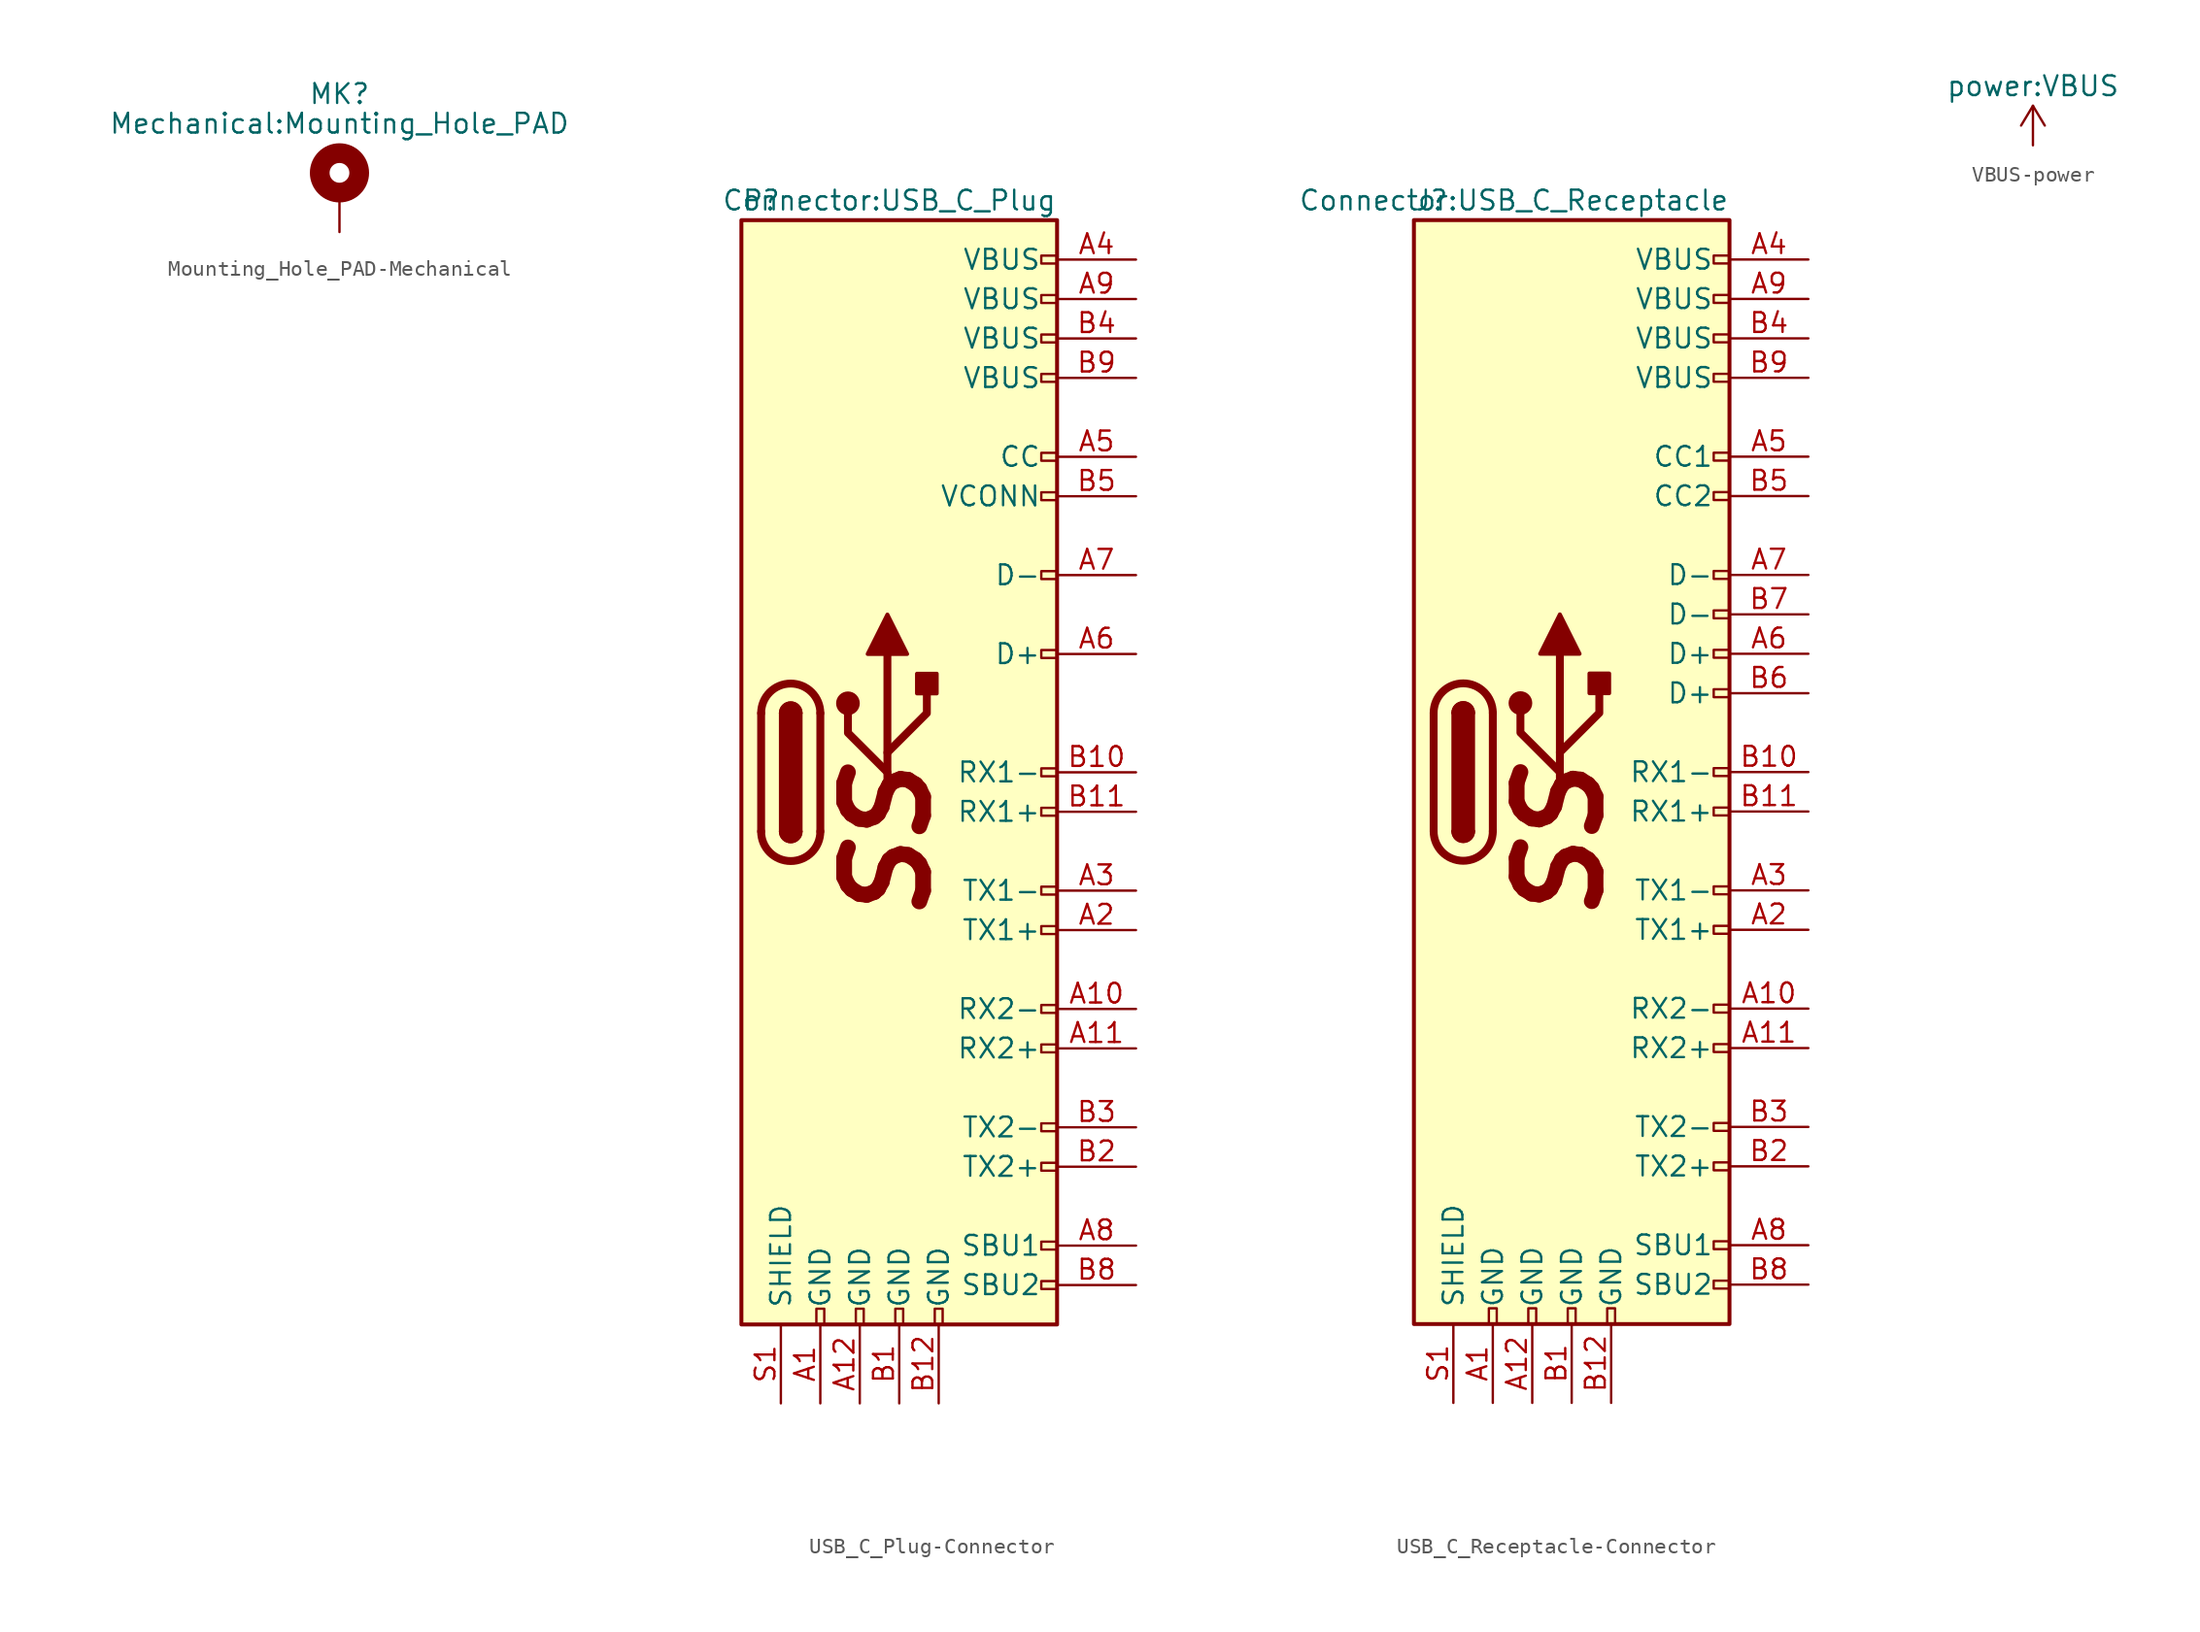
<source format=kicad_sym>
(kicad_symbol_lib
  (version 20231120)
  (generator "kicad_symbol_editor")
  (generator_version "8.0")
  (symbol "Mounting_Hole_PAD-Mechanical"
    (pin_numbers hide)
    (pin_names
      (offset 1.016) hide)
    (property "Reference" "MK"
      (at 0 6.35 0)
      (effects (font (size 1.27 1.27))))
    (property "Value" "Mechanical:Mounting_Hole_PAD"
      (at 0 4.445 0)
      (effects (font (size 1.27 1.27))))
    (symbol "Mounting_Hole_PAD-Mechanical_0_1"
      (circle (center 0 1.27) (radius 1.27) (stroke (width 1.27) (type solid)) (fill (type none))))
    (symbol "Mounting_Hole_PAD-Mechanical_1_1"
      (pin input line (at 0 -2.54 90) (length 2.54) (name "1" (effects (font (size 1.27 1.27)))) (number "1" (effects (font (size 1.27 1.27)))))))
  (symbol "USB_C_Plug-Connector"
    (pin_names
      (offset 1.016))
    (property "Reference" "P"
      (at -10.16 36.83 0)
      (effects (font (size 1.27 1.27)) (justify left)))
    (property "Value" "Connector:USB_C_Plug"
      (at 10.16 36.83 0)
      (effects (font (size 1.27 1.27)) (justify right)))
    (symbol "USB_C_Plug-Connector_0_0"
      (rectangle (start -5.334 -35.56) (end -4.826 -34.544) (stroke (width 0) (type solid)) (fill (type none)))
      (rectangle (start -2.794 -35.56) (end -2.286 -34.544) (stroke (width 0) (type solid)) (fill (type none)))
      (rectangle (start -0.254 -35.56) (end 0.254 -34.544) (stroke (width 0) (type solid)) (fill (type none)))
      (rectangle (start 2.286 -35.56) (end 2.794 -34.544) (stroke (width 0) (type solid)) (fill (type none)))
      (rectangle (start 10.16 -32.766) (end 9.144 -33.274) (stroke (width 0) (type solid)) (fill (type none)))
      (rectangle (start 10.16 -30.226) (end 9.144 -30.734) (stroke (width 0) (type solid)) (fill (type none)))
      (rectangle (start 10.16 -25.146) (end 9.144 -25.654) (stroke (width 0) (type solid)) (fill (type none)))
      (rectangle (start 10.16 -22.606) (end 9.144 -23.114) (stroke (width 0) (type solid)) (fill (type none)))
      (rectangle (start 10.16 -17.526) (end 9.144 -18.034) (stroke (width 0) (type solid)) (fill (type none)))
      (rectangle (start 10.16 -14.986) (end 9.144 -15.494) (stroke (width 0) (type solid)) (fill (type none)))
      (rectangle (start 10.16 -9.906) (end 9.144 -10.414) (stroke (width 0) (type solid)) (fill (type none)))
      (rectangle (start 10.16 -7.366) (end 9.144 -7.874) (stroke (width 0) (type solid)) (fill (type none)))
      (rectangle (start 10.16 -2.286) (end 9.144 -2.794) (stroke (width 0) (type solid)) (fill (type none)))
      (rectangle (start 10.16 0.254) (end 9.144 -0.254) (stroke (width 0) (type solid)) (fill (type none)))
      (rectangle (start 10.16 7.874) (end 9.144 7.366) (stroke (width 0) (type solid)) (fill (type none)))
      (rectangle (start 10.16 12.954) (end 9.144 12.446) (stroke (width 0) (type solid)) (fill (type none)))
      (rectangle (start 10.16 18.034) (end 9.144 17.526) (stroke (width 0) (type solid)) (fill (type none)))
      (rectangle (start 10.16 20.574) (end 9.144 20.066) (stroke (width 0) (type solid)) (fill (type none)))
      (rectangle (start 10.16 25.654) (end 9.144 25.146) (stroke (width 0) (type solid)) (fill (type none)))
      (rectangle (start 10.16 28.194) (end 9.144 27.686) (stroke (width 0) (type solid)) (fill (type none)))
      (rectangle (start 10.16 30.734) (end 9.144 30.226) (stroke (width 0) (type solid)) (fill (type none)))
      (rectangle (start 10.16 33.274) (end 9.144 32.766) (stroke (width 0) (type solid)) (fill (type none)))
      (text "SS" (at -0.762 -4.445 900) (effects (font (size 5.08 5.08) (bold yes) (italic yes)))))
    (symbol "USB_C_Plug-Connector_0_1"
      (rectangle (start -10.16 35.56) (end 10.16 -35.56) (stroke (width 0.254) (type solid)) (fill (type background)))
      (arc (start -8.89 -3.81) (mid -6.985 -5.715) (end -5.08 -3.81) (stroke (width 0.508) (type solid)) (fill (type none)))
      (arc (start -7.62 -3.81) (mid -6.985 -4.445) (end -6.35 -3.81) (stroke (width 0.254) (type solid)) (fill (type none)))
      (arc (start -7.62 -3.81) (mid -6.985 -4.445) (end -6.35 -3.81) (stroke (width 0.254) (type solid)) (fill (type outline)))
      (rectangle (start -7.62 -3.81) (end -6.35 3.81) (stroke (width 0.254) (type solid)) (fill (type outline)))
      (arc (start -6.35 3.81) (mid -6.985 4.445) (end -7.62 3.81) (stroke (width 0.254) (type solid)) (fill (type none)))
      (arc (start -6.35 3.81) (mid -6.985 4.445) (end -7.62 3.81) (stroke (width 0.254) (type solid)) (fill (type outline)))
      (arc (start -5.08 3.81) (mid -6.985 5.715) (end -8.89 3.81) (stroke (width 0.508) (type solid)) (fill (type none)))
      (circle (center -3.302 4.445) (radius 0.635) (stroke (width 0.254) (type solid)) (fill (type outline)))
      (polyline (pts (xy -8.89 -3.81) (xy -8.89 3.81)) (stroke (width 0.508) (type solid)) (fill (type none)))
      (polyline (pts (xy -5.08 3.81) (xy -5.08 -3.81)) (stroke (width 0.508) (type solid)) (fill (type none)))
      (polyline (pts (xy -0.762 -1.27) (xy -0.762 7.62)) (stroke (width 0.508) (type solid)) (fill (type none)))
      (polyline (pts (xy -0.762 0) (xy -3.302 2.54) (xy -3.302 3.81)) (stroke (width 0.508) (type solid)) (fill (type none)))
      (polyline (pts (xy -0.762 1.27) (xy 1.778 3.81) (xy 1.778 5.08)) (stroke (width 0.508) (type solid)) (fill (type none)))
      (polyline (pts (xy -2.032 7.62) (xy -0.762 10.16) (xy 0.508 7.62) (xy -2.032 7.62)) (stroke (width 0.254) (type solid)) (fill (type outline)))
      (rectangle (start 1.143 5.08) (end 2.413 6.35) (stroke (width 0.254) (type solid)) (fill (type outline))))
    (symbol "USB_C_Plug-Connector_1_1"
      (pin power_in line (at -5.08 -40.64 90) (length 5.08) (name "GND" (effects (font (size 1.27 1.27)))) (number "A1" (effects (font (size 1.27 1.27)))))
      (pin bidirectional line (at 15.24 -15.24 180) (length 5.08) (name "RX2-" (effects (font (size 1.27 1.27)))) (number "A10" (effects (font (size 1.27 1.27)))))
      (pin bidirectional line (at 15.24 -17.78 180) (length 5.08) (name "RX2+" (effects (font (size 1.27 1.27)))) (number "A11" (effects (font (size 1.27 1.27)))))
      (pin power_in line (at -2.54 -40.64 90) (length 5.08) (name "GND" (effects (font (size 1.27 1.27)))) (number "A12" (effects (font (size 1.27 1.27)))))
      (pin bidirectional line (at 15.24 -10.16 180) (length 5.08) (name "TX1+" (effects (font (size 1.27 1.27)))) (number "A2" (effects (font (size 1.27 1.27)))))
      (pin bidirectional line (at 15.24 -7.62 180) (length 5.08) (name "TX1-" (effects (font (size 1.27 1.27)))) (number "A3" (effects (font (size 1.27 1.27)))))
      (pin power_in line (at 15.24 33.02 180) (length 5.08) (name "VBUS" (effects (font (size 1.27 1.27)))) (number "A4" (effects (font (size 1.27 1.27)))))
      (pin bidirectional line (at 15.24 20.32 180) (length 5.08) (name "CC" (effects (font (size 1.27 1.27)))) (number "A5" (effects (font (size 1.27 1.27)))))
      (pin bidirectional line (at 15.24 7.62 180) (length 5.08) (name "D+" (effects (font (size 1.27 1.27)))) (number "A6" (effects (font (size 1.27 1.27)))))
      (pin bidirectional line (at 15.24 12.7 180) (length 5.08) (name "D-" (effects (font (size 1.27 1.27)))) (number "A7" (effects (font (size 1.27 1.27)))))
      (pin bidirectional line (at 15.24 -30.48 180) (length 5.08) (name "SBU1" (effects (font (size 1.27 1.27)))) (number "A8" (effects (font (size 1.27 1.27)))))
      (pin power_in line (at 15.24 30.48 180) (length 5.08) (name "VBUS" (effects (font (size 1.27 1.27)))) (number "A9" (effects (font (size 1.27 1.27)))))
      (pin power_in line (at 0 -40.64 90) (length 5.08) (name "GND" (effects (font (size 1.27 1.27)))) (number "B1" (effects (font (size 1.27 1.27)))))
      (pin bidirectional line (at 15.24 0 180) (length 5.08) (name "RX1-" (effects (font (size 1.27 1.27)))) (number "B10" (effects (font (size 1.27 1.27)))))
      (pin bidirectional line (at 15.24 -2.54 180) (length 5.08) (name "RX1+" (effects (font (size 1.27 1.27)))) (number "B11" (effects (font (size 1.27 1.27)))))
      (pin power_in line (at 2.54 -40.64 90) (length 5.08) (name "GND" (effects (font (size 1.27 1.27)))) (number "B12" (effects (font (size 1.27 1.27)))))
      (pin bidirectional line (at 15.24 -25.4 180) (length 5.08) (name "TX2+" (effects (font (size 1.27 1.27)))) (number "B2" (effects (font (size 1.27 1.27)))))
      (pin bidirectional line (at 15.24 -22.86 180) (length 5.08) (name "TX2-" (effects (font (size 1.27 1.27)))) (number "B3" (effects (font (size 1.27 1.27)))))
      (pin power_in line (at 15.24 27.94 180) (length 5.08) (name "VBUS" (effects (font (size 1.27 1.27)))) (number "B4" (effects (font (size 1.27 1.27)))))
      (pin bidirectional line (at 15.24 17.78 180) (length 5.08) (name "VCONN" (effects (font (size 1.27 1.27)))) (number "B5" (effects (font (size 1.27 1.27)))))
      (pin bidirectional line (at 15.24 -33.02 180) (length 5.08) (name "SBU2" (effects (font (size 1.27 1.27)))) (number "B8" (effects (font (size 1.27 1.27)))))
      (pin power_in line (at 15.24 25.4 180) (length 5.08) (name "VBUS" (effects (font (size 1.27 1.27)))) (number "B9" (effects (font (size 1.27 1.27)))))
      (pin passive line (at -7.62 -40.64 90) (length 5.08) (name "SHIELD" (effects (font (size 1.27 1.27)))) (number "S1" (effects (font (size 1.27 1.27)))))))
  (symbol "USB_C_Receptacle-Connector"
    (pin_names
      (offset 1.016))
    (property "Reference" "J"
      (at -10.16 36.83 0)
      (effects (font (size 1.27 1.27)) (justify left)))
    (property "Value" "Connector:USB_C_Receptacle"
      (at 10.16 36.83 0)
      (effects (font (size 1.27 1.27)) (justify right)))
    (symbol "USB_C_Receptacle-Connector_0_0"
      (rectangle (start -5.334 -35.56) (end -4.826 -34.544) (stroke (width 0) (type solid)) (fill (type none)))
      (rectangle (start -2.794 -35.56) (end -2.286 -34.544) (stroke (width 0) (type solid)) (fill (type none)))
      (rectangle (start -0.254 -35.56) (end 0.254 -34.544) (stroke (width 0) (type solid)) (fill (type none)))
      (rectangle (start 2.286 -35.56) (end 2.794 -34.544) (stroke (width 0) (type solid)) (fill (type none)))
      (rectangle (start 10.16 -32.766) (end 9.144 -33.274) (stroke (width 0) (type solid)) (fill (type none)))
      (rectangle (start 10.16 -30.226) (end 9.144 -30.734) (stroke (width 0) (type solid)) (fill (type none)))
      (rectangle (start 10.16 -25.146) (end 9.144 -25.654) (stroke (width 0) (type solid)) (fill (type none)))
      (rectangle (start 10.16 -22.606) (end 9.144 -23.114) (stroke (width 0) (type solid)) (fill (type none)))
      (rectangle (start 10.16 -17.526) (end 9.144 -18.034) (stroke (width 0) (type solid)) (fill (type none)))
      (rectangle (start 10.16 -14.986) (end 9.144 -15.494) (stroke (width 0) (type solid)) (fill (type none)))
      (rectangle (start 10.16 -9.906) (end 9.144 -10.414) (stroke (width 0) (type solid)) (fill (type none)))
      (rectangle (start 10.16 -7.366) (end 9.144 -7.874) (stroke (width 0) (type solid)) (fill (type none)))
      (rectangle (start 10.16 -2.286) (end 9.144 -2.794) (stroke (width 0) (type solid)) (fill (type none)))
      (rectangle (start 10.16 0.254) (end 9.144 -0.254) (stroke (width 0) (type solid)) (fill (type none)))
      (rectangle (start 10.16 5.334) (end 9.144 4.826) (stroke (width 0) (type solid)) (fill (type none)))
      (rectangle (start 10.16 7.874) (end 9.144 7.366) (stroke (width 0) (type solid)) (fill (type none)))
      (rectangle (start 10.16 10.414) (end 9.144 9.906) (stroke (width 0) (type solid)) (fill (type none)))
      (rectangle (start 10.16 12.954) (end 9.144 12.446) (stroke (width 0) (type solid)) (fill (type none)))
      (rectangle (start 10.16 18.034) (end 9.144 17.526) (stroke (width 0) (type solid)) (fill (type none)))
      (rectangle (start 10.16 20.574) (end 9.144 20.066) (stroke (width 0) (type solid)) (fill (type none)))
      (rectangle (start 10.16 25.654) (end 9.144 25.146) (stroke (width 0) (type solid)) (fill (type none)))
      (rectangle (start 10.16 28.194) (end 9.144 27.686) (stroke (width 0) (type solid)) (fill (type none)))
      (rectangle (start 10.16 30.734) (end 9.144 30.226) (stroke (width 0) (type solid)) (fill (type none)))
      (rectangle (start 10.16 33.274) (end 9.144 32.766) (stroke (width 0) (type solid)) (fill (type none)))
      (text "SS" (at -0.762 -4.445 900) (effects (font (size 5.08 5.08) (bold yes) (italic yes)))))
    (symbol "USB_C_Receptacle-Connector_0_1"
      (rectangle (start -10.16 35.56) (end 10.16 -35.56) (stroke (width 0.254) (type solid)) (fill (type background)))
      (arc (start -8.89 -3.81) (mid -6.985 -5.715) (end -5.08 -3.81) (stroke (width 0.508) (type solid)) (fill (type none)))
      (arc (start -7.62 -3.81) (mid -6.985 -4.445) (end -6.35 -3.81) (stroke (width 0.254) (type solid)) (fill (type none)))
      (arc (start -7.62 -3.81) (mid -6.985 -4.445) (end -6.35 -3.81) (stroke (width 0.254) (type solid)) (fill (type outline)))
      (rectangle (start -7.62 -3.81) (end -6.35 3.81) (stroke (width 0.254) (type solid)) (fill (type outline)))
      (arc (start -6.35 3.81) (mid -6.985 4.445) (end -7.62 3.81) (stroke (width 0.254) (type solid)) (fill (type none)))
      (arc (start -6.35 3.81) (mid -6.985 4.445) (end -7.62 3.81) (stroke (width 0.254) (type solid)) (fill (type outline)))
      (arc (start -5.08 3.81) (mid -6.985 5.715) (end -8.89 3.81) (stroke (width 0.508) (type solid)) (fill (type none)))
      (circle (center -3.302 4.445) (radius 0.635) (stroke (width 0.254) (type solid)) (fill (type outline)))
      (polyline (pts (xy -8.89 -3.81) (xy -8.89 3.81)) (stroke (width 0.508) (type solid)) (fill (type none)))
      (polyline (pts (xy -5.08 3.81) (xy -5.08 -3.81)) (stroke (width 0.508) (type solid)) (fill (type none)))
      (polyline (pts (xy -0.762 -1.27) (xy -0.762 7.62)) (stroke (width 0.508) (type solid)) (fill (type none)))
      (polyline (pts (xy -0.762 0) (xy -3.302 2.54) (xy -3.302 3.81)) (stroke (width 0.508) (type solid)) (fill (type none)))
      (polyline (pts (xy -0.762 1.27) (xy 1.778 3.81) (xy 1.778 5.08)) (stroke (width 0.508) (type solid)) (fill (type none)))
      (polyline (pts (xy -2.032 7.62) (xy -0.762 10.16) (xy 0.508 7.62) (xy -2.032 7.62)) (stroke (width 0.254) (type solid)) (fill (type outline)))
      (rectangle (start 1.143 5.08) (end 2.413 6.35) (stroke (width 0.254) (type solid)) (fill (type outline))))
    (symbol "USB_C_Receptacle-Connector_1_1"
      (pin power_in line (at -5.08 -40.64 90) (length 5.08) (name "GND" (effects (font (size 1.27 1.27)))) (number "A1" (effects (font (size 1.27 1.27)))))
      (pin bidirectional line (at 15.24 -15.24 180) (length 5.08) (name "RX2-" (effects (font (size 1.27 1.27)))) (number "A10" (effects (font (size 1.27 1.27)))))
      (pin bidirectional line (at 15.24 -17.78 180) (length 5.08) (name "RX2+" (effects (font (size 1.27 1.27)))) (number "A11" (effects (font (size 1.27 1.27)))))
      (pin power_in line (at -2.54 -40.64 90) (length 5.08) (name "GND" (effects (font (size 1.27 1.27)))) (number "A12" (effects (font (size 1.27 1.27)))))
      (pin bidirectional line (at 15.24 -10.16 180) (length 5.08) (name "TX1+" (effects (font (size 1.27 1.27)))) (number "A2" (effects (font (size 1.27 1.27)))))
      (pin bidirectional line (at 15.24 -7.62 180) (length 5.08) (name "TX1-" (effects (font (size 1.27 1.27)))) (number "A3" (effects (font (size 1.27 1.27)))))
      (pin power_in line (at 15.24 33.02 180) (length 5.08) (name "VBUS" (effects (font (size 1.27 1.27)))) (number "A4" (effects (font (size 1.27 1.27)))))
      (pin bidirectional line (at 15.24 20.32 180) (length 5.08) (name "CC1" (effects (font (size 1.27 1.27)))) (number "A5" (effects (font (size 1.27 1.27)))))
      (pin bidirectional line (at 15.24 7.62 180) (length 5.08) (name "D+" (effects (font (size 1.27 1.27)))) (number "A6" (effects (font (size 1.27 1.27)))))
      (pin bidirectional line (at 15.24 12.7 180) (length 5.08) (name "D-" (effects (font (size 1.27 1.27)))) (number "A7" (effects (font (size 1.27 1.27)))))
      (pin bidirectional line (at 15.24 -30.48 180) (length 5.08) (name "SBU1" (effects (font (size 1.27 1.27)))) (number "A8" (effects (font (size 1.27 1.27)))))
      (pin power_in line (at 15.24 30.48 180) (length 5.08) (name "VBUS" (effects (font (size 1.27 1.27)))) (number "A9" (effects (font (size 1.27 1.27)))))
      (pin power_in line (at 0 -40.64 90) (length 5.08) (name "GND" (effects (font (size 1.27 1.27)))) (number "B1" (effects (font (size 1.27 1.27)))))
      (pin bidirectional line (at 15.24 0 180) (length 5.08) (name "RX1-" (effects (font (size 1.27 1.27)))) (number "B10" (effects (font (size 1.27 1.27)))))
      (pin bidirectional line (at 15.24 -2.54 180) (length 5.08) (name "RX1+" (effects (font (size 1.27 1.27)))) (number "B11" (effects (font (size 1.27 1.27)))))
      (pin power_in line (at 2.54 -40.64 90) (length 5.08) (name "GND" (effects (font (size 1.27 1.27)))) (number "B12" (effects (font (size 1.27 1.27)))))
      (pin bidirectional line (at 15.24 -25.4 180) (length 5.08) (name "TX2+" (effects (font (size 1.27 1.27)))) (number "B2" (effects (font (size 1.27 1.27)))))
      (pin bidirectional line (at 15.24 -22.86 180) (length 5.08) (name "TX2-" (effects (font (size 1.27 1.27)))) (number "B3" (effects (font (size 1.27 1.27)))))
      (pin power_in line (at 15.24 27.94 180) (length 5.08) (name "VBUS" (effects (font (size 1.27 1.27)))) (number "B4" (effects (font (size 1.27 1.27)))))
      (pin bidirectional line (at 15.24 17.78 180) (length 5.08) (name "CC2" (effects (font (size 1.27 1.27)))) (number "B5" (effects (font (size 1.27 1.27)))))
      (pin bidirectional line (at 15.24 5.08 180) (length 5.08) (name "D+" (effects (font (size 1.27 1.27)))) (number "B6" (effects (font (size 1.27 1.27)))))
      (pin bidirectional line (at 15.24 10.16 180) (length 5.08) (name "D-" (effects (font (size 1.27 1.27)))) (number "B7" (effects (font (size 1.27 1.27)))))
      (pin bidirectional line (at 15.24 -33.02 180) (length 5.08) (name "SBU2" (effects (font (size 1.27 1.27)))) (number "B8" (effects (font (size 1.27 1.27)))))
      (pin power_in line (at 15.24 25.4 180) (length 5.08) (name "VBUS" (effects (font (size 1.27 1.27)))) (number "B9" (effects (font (size 1.27 1.27)))))
      (pin passive line (at -7.62 -40.64 90) (length 5.08) (name "SHIELD" (effects (font (size 1.27 1.27)))) (number "S1" (effects (font (size 1.27 1.27)))))))
  (symbol "VBUS-power"
    (power)
    (pin_names
      (offset 0))
    (property "Reference" "#PWR"
      (at 0 -3.81 0)
      (effects (font (size 1.27 1.27)) (hide yes)))
    (property "Value" "power:VBUS"
      (at 0 3.81 0)
      (effects (font (size 1.27 1.27))))
    (symbol "VBUS-power_0_1"
      (polyline (pts (xy -0.762 1.27) (xy 0 2.54)) (stroke (width 0) (type solid)) (fill (type none)))
      (polyline (pts (xy 0 0) (xy 0 2.54)) (stroke (width 0) (type solid)) (fill (type none)))
      (polyline (pts (xy 0 2.54) (xy 0.762 1.27)) (stroke (width 0) (type solid)) (fill (type none))))
    (symbol "VBUS-power_1_1"
      (pin power_in line (at 0 0 90) (length 0) hide (name "VBUS" (effects (font (size 1.27 1.27)))) (number "1" (effects (font (size 1.27 1.27))))))))
</source>
